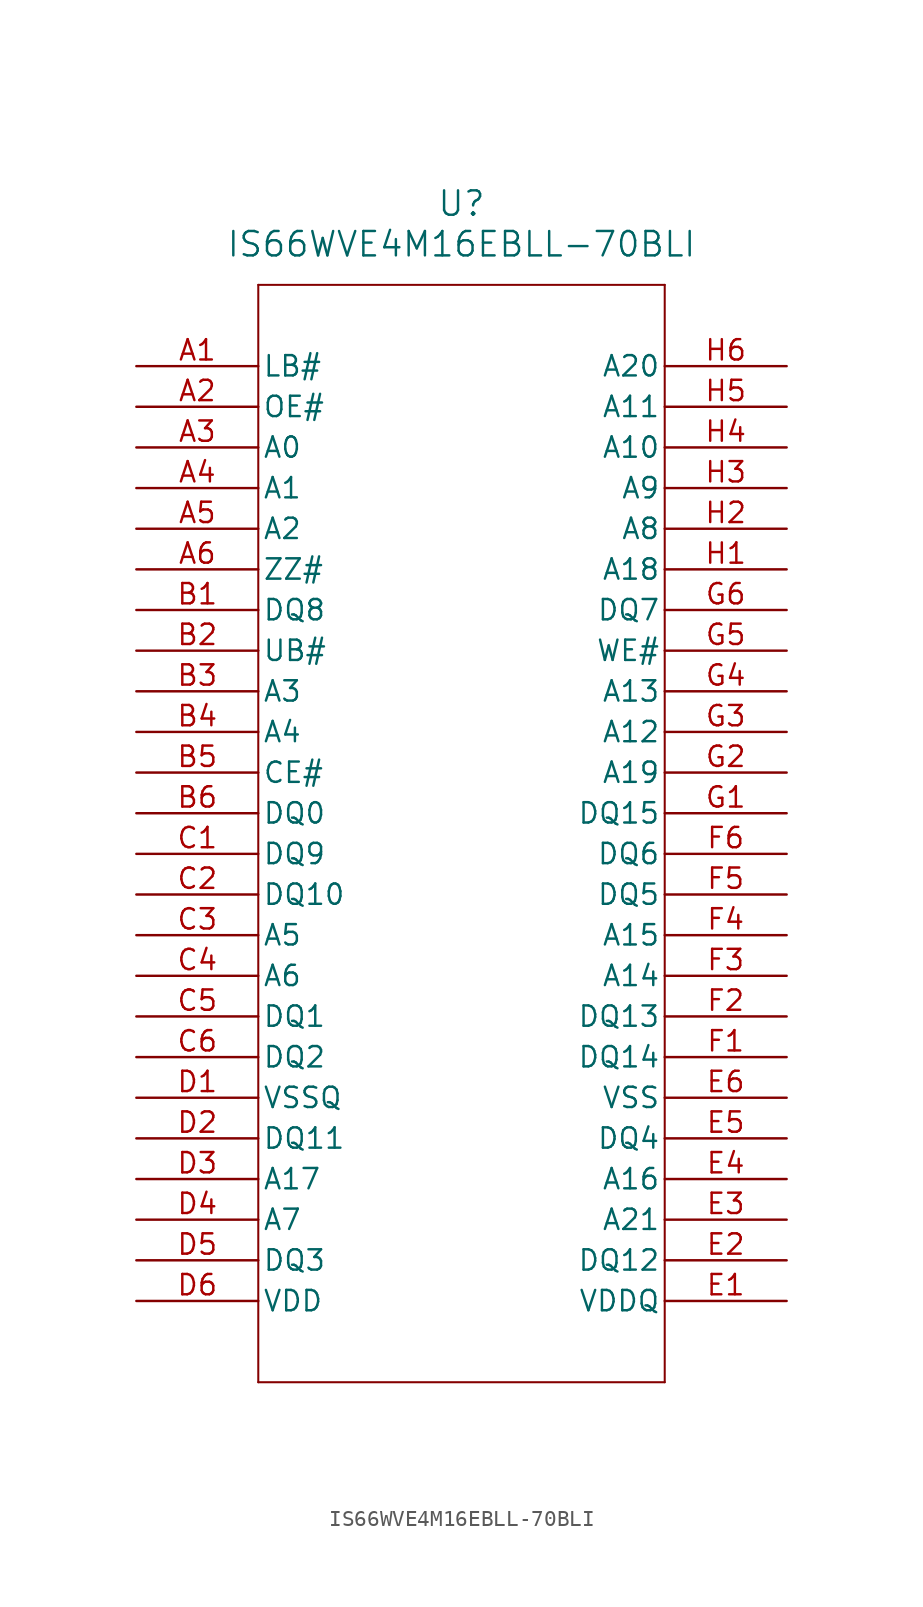
<source format=kicad_sym>
(kicad_symbol_lib
  (version 20211014)
  (generator kicad_symbol_editor)
  (symbol "IS66WVE4M16EBLL-70BLI"
    (pin_names
      (offset 0.254))
    (property "Reference" "U"
      (at 20.32 10.16 0)
      (effects (font (size 1.524 1.524))))
    (property "Value" "IS66WVE4M16EBLL-70BLI"
      (at 20.32 7.62 0)
      (effects (font (size 1.524 1.524))))
    (symbol "IS66WVE4M16EBLL-70BLI_0_1"
      (polyline (pts (xy 7.62 5.08) (xy 7.62 -63.5)) (stroke (width 0.127) (type default) (color 0 0 0 0)) (fill (type none)))
      (polyline (pts (xy 7.62 -63.5) (xy 33.02 -63.5)) (stroke (width 0.127) (type default) (color 0 0 0 0)) (fill (type none)))
      (polyline (pts (xy 33.02 -63.5) (xy 33.02 5.08)) (stroke (width 0.127) (type default) (color 0 0 0 0)) (fill (type none)))
      (polyline (pts (xy 33.02 5.08) (xy 7.62 5.08)) (stroke (width 0.127) (type default) (color 0 0 0 0)) (fill (type none)))
      (pin input line (at 0 0 0) (length 7.62) (name "LB#" (effects (font (size 1.27 1.27)))) (number "A1" (effects (font (size 1.27 1.27)))))
      (pin input line (at 0 -2.54 0) (length 7.62) (name "OE#" (effects (font (size 1.27 1.27)))) (number "A2" (effects (font (size 1.27 1.27)))))
      (pin input line (at 0 -5.08 0) (length 7.62) (name "A0" (effects (font (size 1.27 1.27)))) (number "A3" (effects (font (size 1.27 1.27)))))
      (pin input line (at 0 -7.62 0) (length 7.62) (name "A1" (effects (font (size 1.27 1.27)))) (number "A4" (effects (font (size 1.27 1.27)))))
      (pin input line (at 0 -10.16 0) (length 7.62) (name "A2" (effects (font (size 1.27 1.27)))) (number "A5" (effects (font (size 1.27 1.27)))))
      (pin input line (at 0 -12.7 0) (length 7.62) (name "ZZ#" (effects (font (size 1.27 1.27)))) (number "A6" (effects (font (size 1.27 1.27)))))
      (pin bidirectional line (at 0 -15.24 0) (length 7.62) (name "DQ8" (effects (font (size 1.27 1.27)))) (number "B1" (effects (font (size 1.27 1.27)))))
      (pin input line (at 0 -17.78 0) (length 7.62) (name "UB#" (effects (font (size 1.27 1.27)))) (number "B2" (effects (font (size 1.27 1.27)))))
      (pin input line (at 0 -20.32 0) (length 7.62) (name "A3" (effects (font (size 1.27 1.27)))) (number "B3" (effects (font (size 1.27 1.27)))))
      (pin input line (at 0 -22.86 0) (length 7.62) (name "A4" (effects (font (size 1.27 1.27)))) (number "B4" (effects (font (size 1.27 1.27)))))
      (pin input line (at 0 -25.4 0) (length 7.62) (name "CE#" (effects (font (size 1.27 1.27)))) (number "B5" (effects (font (size 1.27 1.27)))))
      (pin bidirectional line (at 0 -27.94 0) (length 7.62) (name "DQ0" (effects (font (size 1.27 1.27)))) (number "B6" (effects (font (size 1.27 1.27)))))
      (pin bidirectional line (at 0 -30.48 0) (length 7.62) (name "DQ9" (effects (font (size 1.27 1.27)))) (number "C1" (effects (font (size 1.27 1.27)))))
      (pin bidirectional line (at 0 -33.02 0) (length 7.62) (name "DQ10" (effects (font (size 1.27 1.27)))) (number "C2" (effects (font (size 1.27 1.27)))))
      (pin input line (at 0 -35.56 0) (length 7.62) (name "A5" (effects (font (size 1.27 1.27)))) (number "C3" (effects (font (size 1.27 1.27)))))
      (pin input line (at 0 -38.1 0) (length 7.62) (name "A6" (effects (font (size 1.27 1.27)))) (number "C4" (effects (font (size 1.27 1.27)))))
      (pin bidirectional line (at 0 -40.64 0) (length 7.62) (name "DQ1" (effects (font (size 1.27 1.27)))) (number "C5" (effects (font (size 1.27 1.27)))))
      (pin bidirectional line (at 0 -43.18 0) (length 7.62) (name "DQ2" (effects (font (size 1.27 1.27)))) (number "C6" (effects (font (size 1.27 1.27)))))
      (pin power_out line (at 0 -45.72 0) (length 7.62) (name "VSSQ" (effects (font (size 1.27 1.27)))) (number "D1" (effects (font (size 1.27 1.27)))))
      (pin bidirectional line (at 0 -48.26 0) (length 7.62) (name "DQ11" (effects (font (size 1.27 1.27)))) (number "D2" (effects (font (size 1.27 1.27)))))
      (pin input line (at 0 -50.8 0) (length 7.62) (name "A17" (effects (font (size 1.27 1.27)))) (number "D3" (effects (font (size 1.27 1.27)))))
      (pin input line (at 0 -53.34 0) (length 7.62) (name "A7" (effects (font (size 1.27 1.27)))) (number "D4" (effects (font (size 1.27 1.27)))))
      (pin bidirectional line (at 0 -55.88 0) (length 7.62) (name "DQ3" (effects (font (size 1.27 1.27)))) (number "D5" (effects (font (size 1.27 1.27)))))
      (pin power_in line (at 0 -58.42 0) (length 7.62) (name "VDD" (effects (font (size 1.27 1.27)))) (number "D6" (effects (font (size 1.27 1.27)))))
      (pin power_in line (at 40.64 -58.42 180) (length 7.62) (name "VDDQ" (effects (font (size 1.27 1.27)))) (number "E1" (effects (font (size 1.27 1.27)))))
      (pin bidirectional line (at 40.64 -55.88 180) (length 7.62) (name "DQ12" (effects (font (size 1.27 1.27)))) (number "E2" (effects (font (size 1.27 1.27)))))
      (pin input line (at 40.64 -53.34 180) (length 7.62) (name "A21" (effects (font (size 1.27 1.27)))) (number "E3" (effects (font (size 1.27 1.27)))))
      (pin input line (at 40.64 -50.8 180) (length 7.62) (name "A16" (effects (font (size 1.27 1.27)))) (number "E4" (effects (font (size 1.27 1.27)))))
      (pin bidirectional line (at 40.64 -48.26 180) (length 7.62) (name "DQ4" (effects (font (size 1.27 1.27)))) (number "E5" (effects (font (size 1.27 1.27)))))
      (pin power_out line (at 40.64 -45.72 180) (length 7.62) (name "VSS" (effects (font (size 1.27 1.27)))) (number "E6" (effects (font (size 1.27 1.27)))))
      (pin bidirectional line (at 40.64 -43.18 180) (length 7.62) (name "DQ14" (effects (font (size 1.27 1.27)))) (number "F1" (effects (font (size 1.27 1.27)))))
      (pin bidirectional line (at 40.64 -40.64 180) (length 7.62) (name "DQ13" (effects (font (size 1.27 1.27)))) (number "F2" (effects (font (size 1.27 1.27)))))
      (pin input line (at 40.64 -38.1 180) (length 7.62) (name "A14" (effects (font (size 1.27 1.27)))) (number "F3" (effects (font (size 1.27 1.27)))))
      (pin input line (at 40.64 -35.56 180) (length 7.62) (name "A15" (effects (font (size 1.27 1.27)))) (number "F4" (effects (font (size 1.27 1.27)))))
      (pin bidirectional line (at 40.64 -33.02 180) (length 7.62) (name "DQ5" (effects (font (size 1.27 1.27)))) (number "F5" (effects (font (size 1.27 1.27)))))
      (pin bidirectional line (at 40.64 -30.48 180) (length 7.62) (name "DQ6" (effects (font (size 1.27 1.27)))) (number "F6" (effects (font (size 1.27 1.27)))))
      (pin bidirectional line (at 40.64 -27.94 180) (length 7.62) (name "DQ15" (effects (font (size 1.27 1.27)))) (number "G1" (effects (font (size 1.27 1.27)))))
      (pin input line (at 40.64 -25.4 180) (length 7.62) (name "A19" (effects (font (size 1.27 1.27)))) (number "G2" (effects (font (size 1.27 1.27)))))
      (pin input line (at 40.64 -22.86 180) (length 7.62) (name "A12" (effects (font (size 1.27 1.27)))) (number "G3" (effects (font (size 1.27 1.27)))))
      (pin input line (at 40.64 -20.32 180) (length 7.62) (name "A13" (effects (font (size 1.27 1.27)))) (number "G4" (effects (font (size 1.27 1.27)))))
      (pin input line (at 40.64 -17.78 180) (length 7.62) (name "WE#" (effects (font (size 1.27 1.27)))) (number "G5" (effects (font (size 1.27 1.27)))))
      (pin bidirectional line (at 40.64 -15.24 180) (length 7.62) (name "DQ7" (effects (font (size 1.27 1.27)))) (number "G6" (effects (font (size 1.27 1.27)))))
      (pin input line (at 40.64 -12.7 180) (length 7.62) (name "A18" (effects (font (size 1.27 1.27)))) (number "H1" (effects (font (size 1.27 1.27)))))
      (pin input line (at 40.64 -10.16 180) (length 7.62) (name "A8" (effects (font (size 1.27 1.27)))) (number "H2" (effects (font (size 1.27 1.27)))))
      (pin input line (at 40.64 -7.62 180) (length 7.62) (name "A9" (effects (font (size 1.27 1.27)))) (number "H3" (effects (font (size 1.27 1.27)))))
      (pin input line (at 40.64 -5.08 180) (length 7.62) (name "A10" (effects (font (size 1.27 1.27)))) (number "H4" (effects (font (size 1.27 1.27)))))
      (pin input line (at 40.64 -2.54 180) (length 7.62) (name "A11" (effects (font (size 1.27 1.27)))) (number "H5" (effects (font (size 1.27 1.27)))))
      (pin input line (at 40.64 0 180) (length 7.62) (name "A20" (effects (font (size 1.27 1.27)))) (number "H6" (effects (font (size 1.27 1.27))))))))
</source>
